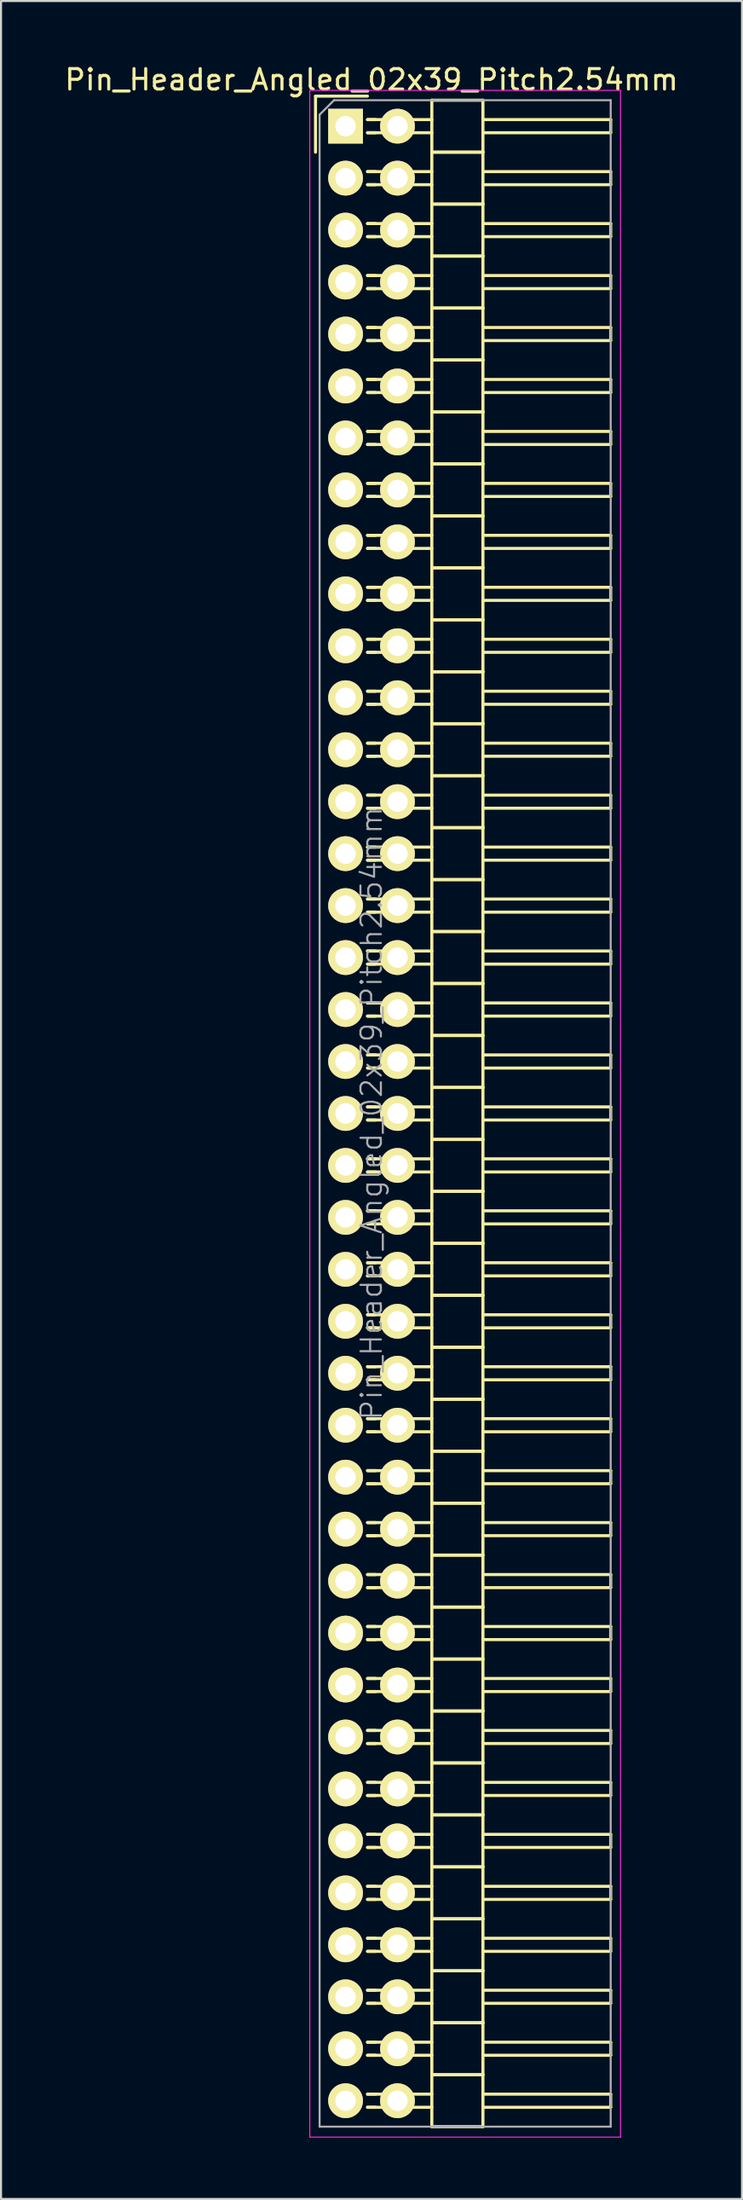
<source format=kicad_pcb>
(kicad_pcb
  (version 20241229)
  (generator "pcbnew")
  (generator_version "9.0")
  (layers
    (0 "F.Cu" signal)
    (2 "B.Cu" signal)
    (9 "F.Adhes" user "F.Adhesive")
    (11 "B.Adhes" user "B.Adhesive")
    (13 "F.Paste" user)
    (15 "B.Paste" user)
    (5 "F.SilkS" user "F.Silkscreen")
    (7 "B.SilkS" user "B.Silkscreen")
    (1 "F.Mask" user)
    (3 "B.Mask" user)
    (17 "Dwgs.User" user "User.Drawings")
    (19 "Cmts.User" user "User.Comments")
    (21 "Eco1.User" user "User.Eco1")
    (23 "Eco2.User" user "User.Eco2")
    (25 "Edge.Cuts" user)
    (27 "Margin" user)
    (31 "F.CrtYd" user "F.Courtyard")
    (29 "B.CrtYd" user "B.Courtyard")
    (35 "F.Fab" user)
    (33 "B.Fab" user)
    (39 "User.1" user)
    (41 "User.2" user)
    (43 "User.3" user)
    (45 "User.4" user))
  (footprint "Pin_Header_Angled_02x39_Pitch2.54mm"
    (layer "F.Cu")
    (at 13.855 3.118)
    (property "Reference" "Pin_Header_Angled_02x39_Pitch2.54mm" (at 1.27 -2.27 0) (layer "F.SilkS") (effects (font (size 1 1) (thickness 0.15))))
    (attr smd)
    (fp_line (start -1.47 -1.47) (end -1.47 1.27) (stroke (width 0.15) (type solid)) (layer "F.SilkS"))
    (fp_line (start -1.47 -1.47) (end 1.07 -1.47) (stroke (width 0.15) (type solid)) (layer "F.SilkS"))
    (fp_line (start 1.465 -0.32) (end 1.075 -0.32) (stroke (width 0.15) (type solid)) (layer "F.SilkS"))
    (fp_line (start 1.465 0.32) (end 1.075 0.32) (stroke (width 0.15) (type solid)) (layer "F.SilkS"))
    (fp_line (start 1.465 2.22) (end 1.075 2.22) (stroke (width 0.15) (type solid)) (layer "F.SilkS"))
    (fp_line (start 1.465 2.86) (end 1.075 2.86) (stroke (width 0.15) (type solid)) (layer "F.SilkS"))
    (fp_line (start 1.465 4.76) (end 1.075 4.76) (stroke (width 0.15) (type solid)) (layer "F.SilkS"))
    (fp_line (start 1.465 5.4) (end 1.075 5.4) (stroke (width 0.15) (type solid)) (layer "F.SilkS"))
    (fp_line (start 1.465 7.3) (end 1.075 7.3) (stroke (width 0.15) (type solid)) (layer "F.SilkS"))
    (fp_line (start 1.465 7.94) (end 1.075 7.94) (stroke (width 0.15) (type solid)) (layer "F.SilkS"))
    (fp_line (start 1.465 9.84) (end 1.075 9.84) (stroke (width 0.15) (type solid)) (layer "F.SilkS"))
    (fp_line (start 1.465 10.48) (end 1.075 10.48) (stroke (width 0.15) (type solid)) (layer "F.SilkS"))
    (fp_line (start 1.465 12.38) (end 1.075 12.38) (stroke (width 0.15) (type solid)) (layer "F.SilkS"))
    (fp_line (start 1.465 13.02) (end 1.075 13.02) (stroke (width 0.15) (type solid)) (layer "F.SilkS"))
    (fp_line (start 1.465 14.92) (end 1.075 14.92) (stroke (width 0.15) (type solid)) (layer "F.SilkS"))
    (fp_line (start 1.465 15.56) (end 1.075 15.56) (stroke (width 0.15) (type solid)) (layer "F.SilkS"))
    (fp_line (start 1.465 17.46) (end 1.075 17.46) (stroke (width 0.15) (type solid)) (layer "F.SilkS"))
    (fp_line (start 1.465 18.1) (end 1.075 18.1) (stroke (width 0.15) (type solid)) (layer "F.SilkS"))
    (fp_line (start 1.465 20) (end 1.075 20) (stroke (width 0.15) (type solid)) (layer "F.SilkS"))
    (fp_line (start 1.465 20.64) (end 1.075 20.64) (stroke (width 0.15) (type solid)) (layer "F.SilkS"))
    (fp_line (start 1.465 22.54) (end 1.075 22.54) (stroke (width 0.15) (type solid)) (layer "F.SilkS"))
    (fp_line (start 1.465 23.18) (end 1.075 23.18) (stroke (width 0.15) (type solid)) (layer "F.SilkS"))
    (fp_line (start 1.465 25.08) (end 1.075 25.08) (stroke (width 0.15) (type solid)) (layer "F.SilkS"))
    (fp_line (start 1.465 25.72) (end 1.075 25.72) (stroke (width 0.15) (type solid)) (layer "F.SilkS"))
    (fp_line (start 1.465 27.62) (end 1.075 27.62) (stroke (width 0.15) (type solid)) (layer "F.SilkS"))
    (fp_line (start 1.465 28.26) (end 1.075 28.26) (stroke (width 0.15) (type solid)) (layer "F.SilkS"))
    (fp_line (start 1.465 30.16) (end 1.075 30.16) (stroke (width 0.15) (type solid)) (layer "F.SilkS"))
    (fp_line (start 1.465 30.8) (end 1.075 30.8) (stroke (width 0.15) (type solid)) (layer "F.SilkS"))
    (fp_line (start 1.465 32.7) (end 1.075 32.7) (stroke (width 0.15) (type solid)) (layer "F.SilkS"))
    (fp_line (start 1.465 33.34) (end 1.075 33.34) (stroke (width 0.15) (type solid)) (layer "F.SilkS"))
    (fp_line (start 1.465 35.24) (end 1.075 35.24) (stroke (width 0.15) (type solid)) (layer "F.SilkS"))
    (fp_line (start 1.465 35.88) (end 1.075 35.88) (stroke (width 0.15) (type solid)) (layer "F.SilkS"))
    (fp_line (start 1.465 37.78) (end 1.075 37.78) (stroke (width 0.15) (type solid)) (layer "F.SilkS"))
    (fp_line (start 1.465 38.42) (end 1.075 38.42) (stroke (width 0.15) (type solid)) (layer "F.SilkS"))
    (fp_line (start 1.465 40.32) (end 1.075 40.32) (stroke (width 0.15) (type solid)) (layer "F.SilkS"))
    (fp_line (start 1.465 40.96) (end 1.075 40.96) (stroke (width 0.15) (type solid)) (layer "F.SilkS"))
    (fp_line (start 1.465 42.86) (end 1.075 42.86) (stroke (width 0.15) (type solid)) (layer "F.SilkS"))
    (fp_line (start 1.465 43.5) (end 1.075 43.5) (stroke (width 0.15) (type solid)) (layer "F.SilkS"))
    (fp_line (start 1.465 45.4) (end 1.075 45.4) (stroke (width 0.15) (type solid)) (layer "F.SilkS"))
    (fp_line (start 1.465 46.04) (end 1.075 46.04) (stroke (width 0.15) (type solid)) (layer "F.SilkS"))
    (fp_line (start 1.465 47.94) (end 1.075 47.94) (stroke (width 0.15) (type solid)) (layer "F.SilkS"))
    (fp_line (start 1.465 48.58) (end 1.075 48.58) (stroke (width 0.15) (type solid)) (layer "F.SilkS"))
    (fp_line (start 1.465 50.48) (end 1.075 50.48) (stroke (width 0.15) (type solid)) (layer "F.SilkS"))
    (fp_line (start 1.465 51.12) (end 1.075 51.12) (stroke (width 0.15) (type solid)) (layer "F.SilkS"))
    (fp_line (start 1.465 53.02) (end 1.075 53.02) (stroke (width 0.15) (type solid)) (layer "F.SilkS"))
    (fp_line (start 1.465 53.66) (end 1.075 53.66) (stroke (width 0.15) (type solid)) (layer "F.SilkS"))
    (fp_line (start 1.465 55.56) (end 1.075 55.56) (stroke (width 0.15) (type solid)) (layer "F.SilkS"))
    (fp_line (start 1.465 56.2) (end 1.075 56.2) (stroke (width 0.15) (type solid)) (layer "F.SilkS"))
    (fp_line (start 1.465 58.1) (end 1.075 58.1) (stroke (width 0.15) (type solid)) (layer "F.SilkS"))
    (fp_line (start 1.465 58.74) (end 1.075 58.74) (stroke (width 0.15) (type solid)) (layer "F.SilkS"))
    (fp_line (start 1.465 60.64) (end 1.075 60.64) (stroke (width 0.15) (type solid)) (layer "F.SilkS"))
    (fp_line (start 1.465 61.28) (end 1.075 61.28) (stroke (width 0.15) (type solid)) (layer "F.SilkS"))
    (fp_line (start 1.465 63.18) (end 1.075 63.18) (stroke (width 0.15) (type solid)) (layer "F.SilkS"))
    (fp_line (start 1.465 63.82) (end 1.075 63.82) (stroke (width 0.15) (type solid)) (layer "F.SilkS"))
    (fp_line (start 1.465 65.72) (end 1.075 65.72) (stroke (width 0.15) (type solid)) (layer "F.SilkS"))
    (fp_line (start 1.465 66.36) (end 1.075 66.36) (stroke (width 0.15) (type solid)) (layer "F.SilkS"))
    (fp_line (start 1.465 68.26) (end 1.075 68.26) (stroke (width 0.15) (type solid)) (layer "F.SilkS"))
    (fp_line (start 1.465 68.9) (end 1.075 68.9) (stroke (width 0.15) (type solid)) (layer "F.SilkS"))
    (fp_line (start 1.465 70.8) (end 1.075 70.8) (stroke (width 0.15) (type solid)) (layer "F.SilkS"))
    (fp_line (start 1.465 71.44) (end 1.075 71.44) (stroke (width 0.15) (type solid)) (layer "F.SilkS"))
    (fp_line (start 1.465 73.34) (end 1.075 73.34) (stroke (width 0.15) (type solid)) (layer "F.SilkS"))
    (fp_line (start 1.465 73.98) (end 1.075 73.98) (stroke (width 0.15) (type solid)) (layer "F.SilkS"))
    (fp_line (start 1.465 75.88) (end 1.075 75.88) (stroke (width 0.15) (type solid)) (layer "F.SilkS"))
    (fp_line (start 1.465 76.52) (end 1.075 76.52) (stroke (width 0.15) (type solid)) (layer "F.SilkS"))
    (fp_line (start 1.465 78.42) (end 1.075 78.42) (stroke (width 0.15) (type solid)) (layer "F.SilkS"))
    (fp_line (start 1.465 79.06) (end 1.075 79.06) (stroke (width 0.15) (type solid)) (layer "F.SilkS"))
    (fp_line (start 1.465 80.96) (end 1.075 80.96) (stroke (width 0.15) (type solid)) (layer "F.SilkS"))
    (fp_line (start 1.465 81.6) (end 1.075 81.6) (stroke (width 0.15) (type solid)) (layer "F.SilkS"))
    (fp_line (start 1.465 83.5) (end 1.075 83.5) (stroke (width 0.15) (type solid)) (layer "F.SilkS"))
    (fp_line (start 1.465 84.14) (end 1.075 84.14) (stroke (width 0.15) (type solid)) (layer "F.SilkS"))
    (fp_line (start 1.465 86.04) (end 1.075 86.04) (stroke (width 0.15) (type solid)) (layer "F.SilkS"))
    (fp_line (start 1.465 86.68) (end 1.075 86.68) (stroke (width 0.15) (type solid)) (layer "F.SilkS"))
    (fp_line (start 1.465 88.58) (end 1.075 88.58) (stroke (width 0.15) (type solid)) (layer "F.SilkS"))
    (fp_line (start 1.465 89.22) (end 1.075 89.22) (stroke (width 0.15) (type solid)) (layer "F.SilkS"))
    (fp_line (start 1.465 91.12) (end 1.075 91.12) (stroke (width 0.15) (type solid)) (layer "F.SilkS"))
    (fp_line (start 1.465 91.76) (end 1.075 91.76) (stroke (width 0.15) (type solid)) (layer "F.SilkS"))
    (fp_line (start 1.465 93.66) (end 1.075 93.66) (stroke (width 0.15) (type solid)) (layer "F.SilkS"))
    (fp_line (start 1.465 94.3) (end 1.075 94.3) (stroke (width 0.15) (type solid)) (layer "F.SilkS"))
    (fp_line (start 1.465 96.2) (end 1.075 96.2) (stroke (width 0.15) (type solid)) (layer "F.SilkS"))
    (fp_line (start 1.465 96.84) (end 1.075 96.84) (stroke (width 0.15) (type solid)) (layer "F.SilkS"))
    (fp_line (start 4.22 -0.32) (end 1.075 -0.32) (stroke (width 0.15) (type solid)) (layer "F.SilkS"))
    (fp_line (start 4.22 0.32) (end 1.075 0.32) (stroke (width 0.15) (type solid)) (layer "F.SilkS"))
    (fp_line (start 4.22 1.27) (end 4.22 -1.27) (stroke (width 0.15) (type solid)) (layer "F.SilkS"))
    (fp_line (start 4.22 2.22) (end 1.075 2.22) (stroke (width 0.15) (type solid)) (layer "F.SilkS"))
    (fp_line (start 4.22 2.86) (end 1.075 2.86) (stroke (width 0.15) (type solid)) (layer "F.SilkS"))
    (fp_line (start 4.22 3.81) (end 4.22 1.27) (stroke (width 0.15) (type solid)) (layer "F.SilkS"))
    (fp_line (start 4.22 4.76) (end 1.075 4.76) (stroke (width 0.15) (type solid)) (layer "F.SilkS"))
    (fp_line (start 4.22 5.4) (end 1.075 5.4) (stroke (width 0.15) (type solid)) (layer "F.SilkS"))
    (fp_line (start 4.22 6.35) (end 4.22 3.81) (stroke (width 0.15) (type solid)) (layer "F.SilkS"))
    (fp_line (start 4.22 7.3) (end 1.075 7.3) (stroke (width 0.15) (type solid)) (layer "F.SilkS"))
    (fp_line (start 4.22 7.94) (end 1.075 7.94) (stroke (width 0.15) (type solid)) (layer "F.SilkS"))
    (fp_line (start 4.22 8.89) (end 4.22 6.35) (stroke (width 0.15) (type solid)) (layer "F.SilkS"))
    (fp_line (start 4.22 9.84) (end 1.075 9.84) (stroke (width 0.15) (type solid)) (layer "F.SilkS"))
    (fp_line (start 4.22 10.48) (end 1.075 10.48) (stroke (width 0.15) (type solid)) (layer "F.SilkS"))
    (fp_line (start 4.22 11.43) (end 4.22 8.89) (stroke (width 0.15) (type solid)) (layer "F.SilkS"))
    (fp_line (start 4.22 12.38) (end 1.075 12.38) (stroke (width 0.15) (type solid)) (layer "F.SilkS"))
    (fp_line (start 4.22 13.02) (end 1.075 13.02) (stroke (width 0.15) (type solid)) (layer "F.SilkS"))
    (fp_line (start 4.22 13.97) (end 4.22 11.43) (stroke (width 0.15) (type solid)) (layer "F.SilkS"))
    (fp_line (start 4.22 14.92) (end 1.075 14.92) (stroke (width 0.15) (type solid)) (layer "F.SilkS"))
    (fp_line (start 4.22 15.56) (end 1.075 15.56) (stroke (width 0.15) (type solid)) (layer "F.SilkS"))
    (fp_line (start 4.22 16.51) (end 4.22 13.97) (stroke (width 0.15) (type solid)) (layer "F.SilkS"))
    (fp_line (start 4.22 17.46) (end 1.075 17.46) (stroke (width 0.15) (type solid)) (layer "F.SilkS"))
    (fp_line (start 4.22 18.1) (end 1.075 18.1) (stroke (width 0.15) (type solid)) (layer "F.SilkS"))
    (fp_line (start 4.22 19.05) (end 4.22 16.51) (stroke (width 0.15) (type solid)) (layer "F.SilkS"))
    (fp_line (start 4.22 20) (end 1.075 20) (stroke (width 0.15) (type solid)) (layer "F.SilkS"))
    (fp_line (start 4.22 20.64) (end 1.075 20.64) (stroke (width 0.15) (type solid)) (layer "F.SilkS"))
    (fp_line (start 4.22 21.59) (end 4.22 19.05) (stroke (width 0.15) (type solid)) (layer "F.SilkS"))
    (fp_line (start 4.22 22.54) (end 1.075 22.54) (stroke (width 0.15) (type solid)) (layer "F.SilkS"))
    (fp_line (start 4.22 23.18) (end 1.075 23.18) (stroke (width 0.15) (type solid)) (layer "F.SilkS"))
    (fp_line (start 4.22 24.13) (end 4.22 21.59) (stroke (width 0.15) (type solid)) (layer "F.SilkS"))
    (fp_line (start 4.22 25.08) (end 1.075 25.08) (stroke (width 0.15) (type solid)) (layer "F.SilkS"))
    (fp_line (start 4.22 25.72) (end 1.075 25.72) (stroke (width 0.15) (type solid)) (layer "F.SilkS"))
    (fp_line (start 4.22 26.67) (end 4.22 24.13) (stroke (width 0.15) (type solid)) (layer "F.SilkS"))
    (fp_line (start 4.22 27.62) (end 1.075 27.62) (stroke (width 0.15) (type solid)) (layer "F.SilkS"))
    (fp_line (start 4.22 28.26) (end 1.075 28.26) (stroke (width 0.15) (type solid)) (layer "F.SilkS"))
    (fp_line (start 4.22 29.21) (end 4.22 26.67) (stroke (width 0.15) (type solid)) (layer "F.SilkS"))
    (fp_line (start 4.22 30.16) (end 1.075 30.16) (stroke (width 0.15) (type solid)) (layer "F.SilkS"))
    (fp_line (start 4.22 30.8) (end 1.075 30.8) (stroke (width 0.15) (type solid)) (layer "F.SilkS"))
    (fp_line (start 4.22 31.75) (end 4.22 29.21) (stroke (width 0.15) (type solid)) (layer "F.SilkS"))
    (fp_line (start 4.22 32.7) (end 1.075 32.7) (stroke (width 0.15) (type solid)) (layer "F.SilkS"))
    (fp_line (start 4.22 33.34) (end 1.075 33.34) (stroke (width 0.15) (type solid)) (layer "F.SilkS"))
    (fp_line (start 4.22 34.29) (end 4.22 31.75) (stroke (width 0.15) (type solid)) (layer "F.SilkS"))
    (fp_line (start 4.22 35.24) (end 1.075 35.24) (stroke (width 0.15) (type solid)) (layer "F.SilkS"))
    (fp_line (start 4.22 35.88) (end 1.075 35.88) (stroke (width 0.15) (type solid)) (layer "F.SilkS"))
    (fp_line (start 4.22 36.83) (end 4.22 34.29) (stroke (width 0.15) (type solid)) (layer "F.SilkS"))
    (fp_line (start 4.22 37.78) (end 1.075 37.78) (stroke (width 0.15) (type solid)) (layer "F.SilkS"))
    (fp_line (start 4.22 38.42) (end 1.075 38.42) (stroke (width 0.15) (type solid)) (layer "F.SilkS"))
    (fp_line (start 4.22 39.37) (end 4.22 36.83) (stroke (width 0.15) (type solid)) (layer "F.SilkS"))
    (fp_line (start 4.22 40.32) (end 1.075 40.32) (stroke (width 0.15) (type solid)) (layer "F.SilkS"))
    (fp_line (start 4.22 40.96) (end 1.075 40.96) (stroke (width 0.15) (type solid)) (layer "F.SilkS"))
    (fp_line (start 4.22 41.91) (end 4.22 39.37) (stroke (width 0.15) (type solid)) (layer "F.SilkS"))
    (fp_line (start 4.22 42.86) (end 1.075 42.86) (stroke (width 0.15) (type solid)) (layer "F.SilkS"))
    (fp_line (start 4.22 43.5) (end 1.075 43.5) (stroke (width 0.15) (type solid)) (layer "F.SilkS"))
    (fp_line (start 4.22 44.45) (end 4.22 41.91) (stroke (width 0.15) (type solid)) (layer "F.SilkS"))
    (fp_line (start 4.22 45.4) (end 1.075 45.4) (stroke (width 0.15) (type solid)) (layer "F.SilkS"))
    (fp_line (start 4.22 46.04) (end 1.075 46.04) (stroke (width 0.15) (type solid)) (layer "F.SilkS"))
    (fp_line (start 4.22 46.99) (end 4.22 44.45) (stroke (width 0.15) (type solid)) (layer "F.SilkS"))
    (fp_line (start 4.22 47.94) (end 1.075 47.94) (stroke (width 0.15) (type solid)) (layer "F.SilkS"))
    (fp_line (start 4.22 48.58) (end 1.075 48.58) (stroke (width 0.15) (type solid)) (layer "F.SilkS"))
    (fp_line (start 4.22 49.53) (end 4.22 46.99) (stroke (width 0.15) (type solid)) (layer "F.SilkS"))
    (fp_line (start 4.22 50.48) (end 1.075 50.48) (stroke (width 0.15) (type solid)) (layer "F.SilkS"))
    (fp_line (start 4.22 51.12) (end 1.075 51.12) (stroke (width 0.15) (type solid)) (layer "F.SilkS"))
    (fp_line (start 4.22 52.07) (end 4.22 49.53) (stroke (width 0.15) (type solid)) (layer "F.SilkS"))
    (fp_line (start 4.22 53.02) (end 1.075 53.02) (stroke (width 0.15) (type solid)) (layer "F.SilkS"))
    (fp_line (start 4.22 53.66) (end 1.075 53.66) (stroke (width 0.15) (type solid)) (layer "F.SilkS"))
    (fp_line (start 4.22 54.61) (end 4.22 52.07) (stroke (width 0.15) (type solid)) (layer "F.SilkS"))
    (fp_line (start 4.22 55.56) (end 1.075 55.56) (stroke (width 0.15) (type solid)) (layer "F.SilkS"))
    (fp_line (start 4.22 56.2) (end 1.075 56.2) (stroke (width 0.15) (type solid)) (layer "F.SilkS"))
    (fp_line (start 4.22 57.15) (end 4.22 54.61) (stroke (width 0.15) (type solid)) (layer "F.SilkS"))
    (fp_line (start 4.22 58.1) (end 1.075 58.1) (stroke (width 0.15) (type solid)) (layer "F.SilkS"))
    (fp_line (start 4.22 58.74) (end 1.075 58.74) (stroke (width 0.15) (type solid)) (layer "F.SilkS"))
    (fp_line (start 4.22 59.69) (end 4.22 57.15) (stroke (width 0.15) (type solid)) (layer "F.SilkS"))
    (fp_line (start 4.22 60.64) (end 1.075 60.64) (stroke (width 0.15) (type solid)) (layer "F.SilkS"))
    (fp_line (start 4.22 61.28) (end 1.075 61.28) (stroke (width 0.15) (type solid)) (layer "F.SilkS"))
    (fp_line (start 4.22 62.23) (end 4.22 59.69) (stroke (width 0.15) (type solid)) (layer "F.SilkS"))
    (fp_line (start 4.22 63.18) (end 1.075 63.18) (stroke (width 0.15) (type solid)) (layer "F.SilkS"))
    (fp_line (start 4.22 63.82) (end 1.075 63.82) (stroke (width 0.15) (type solid)) (layer "F.SilkS"))
    (fp_line (start 4.22 64.77) (end 4.22 62.23) (stroke (width 0.15) (type solid)) (layer "F.SilkS"))
    (fp_line (start 4.22 65.72) (end 1.075 65.72) (stroke (width 0.15) (type solid)) (layer "F.SilkS"))
    (fp_line (start 4.22 66.36) (end 1.075 66.36) (stroke (width 0.15) (type solid)) (layer "F.SilkS"))
    (fp_line (start 4.22 67.31) (end 4.22 64.77) (stroke (width 0.15) (type solid)) (layer "F.SilkS"))
    (fp_line (start 4.22 68.26) (end 1.075 68.26) (stroke (width 0.15) (type solid)) (layer "F.SilkS"))
    (fp_line (start 4.22 68.9) (end 1.075 68.9) (stroke (width 0.15) (type solid)) (layer "F.SilkS"))
    (fp_line (start 4.22 69.85) (end 4.22 67.31) (stroke (width 0.15) (type solid)) (layer "F.SilkS"))
    (fp_line (start 4.22 70.8) (end 1.075 70.8) (stroke (width 0.15) (type solid)) (layer "F.SilkS"))
    (fp_line (start 4.22 71.44) (end 1.075 71.44) (stroke (width 0.15) (type solid)) (layer "F.SilkS"))
    (fp_line (start 4.22 72.39) (end 4.22 69.85) (stroke (width 0.15) (type solid)) (layer "F.SilkS"))
    (fp_line (start 4.22 73.34) (end 1.075 73.34) (stroke (width 0.15) (type solid)) (layer "F.SilkS"))
    (fp_line (start 4.22 73.98) (end 1.075 73.98) (stroke (width 0.15) (type solid)) (layer "F.SilkS"))
    (fp_line (start 4.22 74.93) (end 4.22 72.39) (stroke (width 0.15) (type solid)) (layer "F.SilkS"))
    (fp_line (start 4.22 75.88) (end 1.075 75.88) (stroke (width 0.15) (type solid)) (layer "F.SilkS"))
    (fp_line (start 4.22 76.52) (end 1.075 76.52) (stroke (width 0.15) (type solid)) (layer "F.SilkS"))
    (fp_line (start 4.22 77.47) (end 4.22 74.93) (stroke (width 0.15) (type solid)) (layer "F.SilkS"))
    (fp_line (start 4.22 78.42) (end 1.075 78.42) (stroke (width 0.15) (type solid)) (layer "F.SilkS"))
    (fp_line (start 4.22 79.06) (end 1.075 79.06) (stroke (width 0.15) (type solid)) (layer "F.SilkS"))
    (fp_line (start 4.22 80.01) (end 4.22 77.47) (stroke (width 0.15) (type solid)) (layer "F.SilkS"))
    (fp_line (start 4.22 80.96) (end 1.075 80.96) (stroke (width 0.15) (type solid)) (layer "F.SilkS"))
    (fp_line (start 4.22 81.6) (end 1.075 81.6) (stroke (width 0.15) (type solid)) (layer "F.SilkS"))
    (fp_line (start 4.22 82.55) (end 4.22 80.01) (stroke (width 0.15) (type solid)) (layer "F.SilkS"))
    (fp_line (start 4.22 83.5) (end 1.075 83.5) (stroke (width 0.15) (type solid)) (layer "F.SilkS"))
    (fp_line (start 4.22 84.14) (end 1.075 84.14) (stroke (width 0.15) (type solid)) (layer "F.SilkS"))
    (fp_line (start 4.22 85.09) (end 4.22 82.55) (stroke (width 0.15) (type solid)) (layer "F.SilkS"))
    (fp_line (start 4.22 86.04) (end 1.075 86.04) (stroke (width 0.15) (type solid)) (layer "F.SilkS"))
    (fp_line (start 4.22 86.68) (end 1.075 86.68) (stroke (width 0.15) (type solid)) (layer "F.SilkS"))
    (fp_line (start 4.22 87.63) (end 4.22 85.09) (stroke (width 0.15) (type solid)) (layer "F.SilkS"))
    (fp_line (start 4.22 88.58) (end 1.075 88.58) (stroke (width 0.15) (type solid)) (layer "F.SilkS"))
    (fp_line (start 4.22 89.22) (end 1.075 89.22) (stroke (width 0.15) (type solid)) (layer "F.SilkS"))
    (fp_line (start 4.22 90.17) (end 4.22 87.63) (stroke (width 0.15) (type solid)) (layer "F.SilkS"))
    (fp_line (start 4.22 91.12) (end 1.075 91.12) (stroke (width 0.15) (type solid)) (layer "F.SilkS"))
    (fp_line (start 4.22 91.76) (end 1.075 91.76) (stroke (width 0.15) (type solid)) (layer "F.SilkS"))
    (fp_line (start 4.22 92.71) (end 4.22 90.17) (stroke (width 0.15) (type solid)) (layer "F.SilkS"))
    (fp_line (start 4.22 93.66) (end 1.075 93.66) (stroke (width 0.15) (type solid)) (layer "F.SilkS"))
    (fp_line (start 4.22 94.3) (end 1.075 94.3) (stroke (width 0.15) (type solid)) (layer "F.SilkS"))
    (fp_line (start 4.22 95.25) (end 4.22 92.71) (stroke (width 0.15) (type solid)) (layer "F.SilkS"))
    (fp_line (start 4.22 96.2) (end 1.075 96.2) (stroke (width 0.15) (type solid)) (layer "F.SilkS"))
    (fp_line (start 4.22 96.84) (end 1.075 96.84) (stroke (width 0.15) (type solid)) (layer "F.SilkS"))
    (fp_line (start 4.22 97.79) (end 4.22 95.25) (stroke (width 0.15) (type solid)) (layer "F.SilkS"))
    (fp_line (start 6.72 -1.27) (end 4.22 -1.27) (stroke (width 0.15) (type solid)) (layer "F.SilkS"))
    (fp_line (start 6.72 -0.32) (end 12.97 -0.32) (stroke (width 0.15) (type solid)) (layer "F.SilkS"))
    (fp_line (start 6.72 0.32) (end 12.97 0.32) (stroke (width 0.15) (type solid)) (layer "F.SilkS"))
    (fp_line (start 6.72 1.27) (end 4.22 1.27) (stroke (width 0.15) (type solid)) (layer "F.SilkS"))
    (fp_line (start 6.72 1.27) (end 4.22 1.27) (stroke (width 0.15) (type solid)) (layer "F.SilkS"))
    (fp_line (start 6.72 1.27) (end 6.72 -1.27) (stroke (width 0.15) (type solid)) (layer "F.SilkS"))
    (fp_line (start 6.72 2.22) (end 12.97 2.22) (stroke (width 0.15) (type solid)) (layer "F.SilkS"))
    (fp_line (start 6.72 2.86) (end 12.97 2.86) (stroke (width 0.15) (type solid)) (layer "F.SilkS"))
    (fp_line (start 6.72 3.81) (end 4.22 3.81) (stroke (width 0.15) (type solid)) (layer "F.SilkS"))
    (fp_line (start 6.72 3.81) (end 4.22 3.81) (stroke (width 0.15) (type solid)) (layer "F.SilkS"))
    (fp_line (start 6.72 3.81) (end 6.72 1.27) (stroke (width 0.15) (type solid)) (layer "F.SilkS"))
    (fp_line (start 6.72 4.76) (end 12.97 4.76) (stroke (width 0.15) (type solid)) (layer "F.SilkS"))
    (fp_line (start 6.72 5.4) (end 12.97 5.4) (stroke (width 0.15) (type solid)) (layer "F.SilkS"))
    (fp_line (start 6.72 6.35) (end 4.22 6.35) (stroke (width 0.15) (type solid)) (layer "F.SilkS"))
    (fp_line (start 6.72 6.35) (end 4.22 6.35) (stroke (width 0.15) (type solid)) (layer "F.SilkS"))
    (fp_line (start 6.72 6.35) (end 6.72 3.81) (stroke (width 0.15) (type solid)) (layer "F.SilkS"))
    (fp_line (start 6.72 7.3) (end 12.97 7.3) (stroke (width 0.15) (type solid)) (layer "F.SilkS"))
    (fp_line (start 6.72 7.94) (end 12.97 7.94) (stroke (width 0.15) (type solid)) (layer "F.SilkS"))
    (fp_line (start 6.72 8.89) (end 4.22 8.89) (stroke (width 0.15) (type solid)) (layer "F.SilkS"))
    (fp_line (start 6.72 8.89) (end 4.22 8.89) (stroke (width 0.15) (type solid)) (layer "F.SilkS"))
    (fp_line (start 6.72 8.89) (end 6.72 6.35) (stroke (width 0.15) (type solid)) (layer "F.SilkS"))
    (fp_line (start 6.72 9.84) (end 12.97 9.84) (stroke (width 0.15) (type solid)) (layer "F.SilkS"))
    (fp_line (start 6.72 10.48) (end 12.97 10.48) (stroke (width 0.15) (type solid)) (layer "F.SilkS"))
    (fp_line (start 6.72 11.43) (end 4.22 11.43) (stroke (width 0.15) (type solid)) (layer "F.SilkS"))
    (fp_line (start 6.72 11.43) (end 4.22 11.43) (stroke (width 0.15) (type solid)) (layer "F.SilkS"))
    (fp_line (start 6.72 11.43) (end 6.72 8.89) (stroke (width 0.15) (type solid)) (layer "F.SilkS"))
    (fp_line (start 6.72 12.38) (end 12.97 12.38) (stroke (width 0.15) (type solid)) (layer "F.SilkS"))
    (fp_line (start 6.72 13.02) (end 12.97 13.02) (stroke (width 0.15) (type solid)) (layer "F.SilkS"))
    (fp_line (start 6.72 13.97) (end 4.22 13.97) (stroke (width 0.15) (type solid)) (layer "F.SilkS"))
    (fp_line (start 6.72 13.97) (end 4.22 13.97) (stroke (width 0.15) (type solid)) (layer "F.SilkS"))
    (fp_line (start 6.72 13.97) (end 6.72 11.43) (stroke (width 0.15) (type solid)) (layer "F.SilkS"))
    (fp_line (start 6.72 14.92) (end 12.97 14.92) (stroke (width 0.15) (type solid)) (layer "F.SilkS"))
    (fp_line (start 6.72 15.56) (end 12.97 15.56) (stroke (width 0.15) (type solid)) (layer "F.SilkS"))
    (fp_line (start 6.72 16.51) (end 4.22 16.51) (stroke (width 0.15) (type solid)) (layer "F.SilkS"))
    (fp_line (start 6.72 16.51) (end 4.22 16.51) (stroke (width 0.15) (type solid)) (layer "F.SilkS"))
    (fp_line (start 6.72 16.51) (end 6.72 13.97) (stroke (width 0.15) (type solid)) (layer "F.SilkS"))
    (fp_line (start 6.72 17.46) (end 12.97 17.46) (stroke (width 0.15) (type solid)) (layer "F.SilkS"))
    (fp_line (start 6.72 18.1) (end 12.97 18.1) (stroke (width 0.15) (type solid)) (layer "F.SilkS"))
    (fp_line (start 6.72 19.05) (end 4.22 19.05) (stroke (width 0.15) (type solid)) (layer "F.SilkS"))
    (fp_line (start 6.72 19.05) (end 4.22 19.05) (stroke (width 0.15) (type solid)) (layer "F.SilkS"))
    (fp_line (start 6.72 19.05) (end 6.72 16.51) (stroke (width 0.15) (type solid)) (layer "F.SilkS"))
    (fp_line (start 6.72 20) (end 12.97 20) (stroke (width 0.15) (type solid)) (layer "F.SilkS"))
    (fp_line (start 6.72 20.64) (end 12.97 20.64) (stroke (width 0.15) (type solid)) (layer "F.SilkS"))
    (fp_line (start 6.72 21.59) (end 4.22 21.59) (stroke (width 0.15) (type solid)) (layer "F.SilkS"))
    (fp_line (start 6.72 21.59) (end 4.22 21.59) (stroke (width 0.15) (type solid)) (layer "F.SilkS"))
    (fp_line (start 6.72 21.59) (end 6.72 19.05) (stroke (width 0.15) (type solid)) (layer "F.SilkS"))
    (fp_line (start 6.72 22.54) (end 12.97 22.54) (stroke (width 0.15) (type solid)) (layer "F.SilkS"))
    (fp_line (start 6.72 23.18) (end 12.97 23.18) (stroke (width 0.15) (type solid)) (layer "F.SilkS"))
    (fp_line (start 6.72 24.13) (end 4.22 24.13) (stroke (width 0.15) (type solid)) (layer "F.SilkS"))
    (fp_line (start 6.72 24.13) (end 4.22 24.13) (stroke (width 0.15) (type solid)) (layer "F.SilkS"))
    (fp_line (start 6.72 24.13) (end 6.72 21.59) (stroke (width 0.15) (type solid)) (layer "F.SilkS"))
    (fp_line (start 6.72 25.08) (end 12.97 25.08) (stroke (width 0.15) (type solid)) (layer "F.SilkS"))
    (fp_line (start 6.72 25.72) (end 12.97 25.72) (stroke (width 0.15) (type solid)) (layer "F.SilkS"))
    (fp_line (start 6.72 26.67) (end 4.22 26.67) (stroke (width 0.15) (type solid)) (layer "F.SilkS"))
    (fp_line (start 6.72 26.67) (end 4.22 26.67) (stroke (width 0.15) (type solid)) (layer "F.SilkS"))
    (fp_line (start 6.72 26.67) (end 6.72 24.13) (stroke (width 0.15) (type solid)) (layer "F.SilkS"))
    (fp_line (start 6.72 27.62) (end 12.97 27.62) (stroke (width 0.15) (type solid)) (layer "F.SilkS"))
    (fp_line (start 6.72 28.26) (end 12.97 28.26) (stroke (width 0.15) (type solid)) (layer "F.SilkS"))
    (fp_line (start 6.72 29.21) (end 4.22 29.21) (stroke (width 0.15) (type solid)) (layer "F.SilkS"))
    (fp_line (start 6.72 29.21) (end 4.22 29.21) (stroke (width 0.15) (type solid)) (layer "F.SilkS"))
    (fp_line (start 6.72 29.21) (end 6.72 26.67) (stroke (width 0.15) (type solid)) (layer "F.SilkS"))
    (fp_line (start 6.72 30.16) (end 12.97 30.16) (stroke (width 0.15) (type solid)) (layer "F.SilkS"))
    (fp_line (start 6.72 30.8) (end 12.97 30.8) (stroke (width 0.15) (type solid)) (layer "F.SilkS"))
    (fp_line (start 6.72 31.75) (end 4.22 31.75) (stroke (width 0.15) (type solid)) (layer "F.SilkS"))
    (fp_line (start 6.72 31.75) (end 4.22 31.75) (stroke (width 0.15) (type solid)) (layer "F.SilkS"))
    (fp_line (start 6.72 31.75) (end 6.72 29.21) (stroke (width 0.15) (type solid)) (layer "F.SilkS"))
    (fp_line (start 6.72 32.7) (end 12.97 32.7) (stroke (width 0.15) (type solid)) (layer "F.SilkS"))
    (fp_line (start 6.72 33.34) (end 12.97 33.34) (stroke (width 0.15) (type solid)) (layer "F.SilkS"))
    (fp_line (start 6.72 34.29) (end 4.22 34.29) (stroke (width 0.15) (type solid)) (layer "F.SilkS"))
    (fp_line (start 6.72 34.29) (end 4.22 34.29) (stroke (width 0.15) (type solid)) (layer "F.SilkS"))
    (fp_line (start 6.72 34.29) (end 6.72 31.75) (stroke (width 0.15) (type solid)) (layer "F.SilkS"))
    (fp_line (start 6.72 35.24) (end 12.97 35.24) (stroke (width 0.15) (type solid)) (layer "F.SilkS"))
    (fp_line (start 6.72 35.88) (end 12.97 35.88) (stroke (width 0.15) (type solid)) (layer "F.SilkS"))
    (fp_line (start 6.72 36.83) (end 4.22 36.83) (stroke (width 0.15) (type solid)) (layer "F.SilkS"))
    (fp_line (start 6.72 36.83) (end 4.22 36.83) (stroke (width 0.15) (type solid)) (layer "F.SilkS"))
    (fp_line (start 6.72 36.83) (end 6.72 34.29) (stroke (width 0.15) (type solid)) (layer "F.SilkS"))
    (fp_line (start 6.72 37.78) (end 12.97 37.78) (stroke (width 0.15) (type solid)) (layer "F.SilkS"))
    (fp_line (start 6.72 38.42) (end 12.97 38.42) (stroke (width 0.15) (type solid)) (layer "F.SilkS"))
    (fp_line (start 6.72 39.37) (end 4.22 39.37) (stroke (width 0.15) (type solid)) (layer "F.SilkS"))
    (fp_line (start 6.72 39.37) (end 4.22 39.37) (stroke (width 0.15) (type solid)) (layer "F.SilkS"))
    (fp_line (start 6.72 39.37) (end 6.72 36.83) (stroke (width 0.15) (type solid)) (layer "F.SilkS"))
    (fp_line (start 6.72 40.32) (end 12.97 40.32) (stroke (width 0.15) (type solid)) (layer "F.SilkS"))
    (fp_line (start 6.72 40.96) (end 12.97 40.96) (stroke (width 0.15) (type solid)) (layer "F.SilkS"))
    (fp_line (start 6.72 41.91) (end 4.22 41.91) (stroke (width 0.15) (type solid)) (layer "F.SilkS"))
    (fp_line (start 6.72 41.91) (end 4.22 41.91) (stroke (width 0.15) (type solid)) (layer "F.SilkS"))
    (fp_line (start 6.72 41.91) (end 6.72 39.37) (stroke (width 0.15) (type solid)) (layer "F.SilkS"))
    (fp_line (start 6.72 42.86) (end 12.97 42.86) (stroke (width 0.15) (type solid)) (layer "F.SilkS"))
    (fp_line (start 6.72 43.5) (end 12.97 43.5) (stroke (width 0.15) (type solid)) (layer "F.SilkS"))
    (fp_line (start 6.72 44.45) (end 4.22 44.45) (stroke (width 0.15) (type solid)) (layer "F.SilkS"))
    (fp_line (start 6.72 44.45) (end 4.22 44.45) (stroke (width 0.15) (type solid)) (layer "F.SilkS"))
    (fp_line (start 6.72 44.45) (end 6.72 41.91) (stroke (width 0.15) (type solid)) (layer "F.SilkS"))
    (fp_line (start 6.72 45.4) (end 12.97 45.4) (stroke (width 0.15) (type solid)) (layer "F.SilkS"))
    (fp_line (start 6.72 46.04) (end 12.97 46.04) (stroke (width 0.15) (type solid)) (layer "F.SilkS"))
    (fp_line (start 6.72 46.99) (end 4.22 46.99) (stroke (width 0.15) (type solid)) (layer "F.SilkS"))
    (fp_line (start 6.72 46.99) (end 4.22 46.99) (stroke (width 0.15) (type solid)) (layer "F.SilkS"))
    (fp_line (start 6.72 46.99) (end 6.72 44.45) (stroke (width 0.15) (type solid)) (layer "F.SilkS"))
    (fp_line (start 6.72 47.94) (end 12.97 47.94) (stroke (width 0.15) (type solid)) (layer "F.SilkS"))
    (fp_line (start 6.72 48.58) (end 12.97 48.58) (stroke (width 0.15) (type solid)) (layer "F.SilkS"))
    (fp_line (start 6.72 49.53) (end 4.22 49.53) (stroke (width 0.15) (type solid)) (layer "F.SilkS"))
    (fp_line (start 6.72 49.53) (end 4.22 49.53) (stroke (width 0.15) (type solid)) (layer "F.SilkS"))
    (fp_line (start 6.72 49.53) (end 6.72 46.99) (stroke (width 0.15) (type solid)) (layer "F.SilkS"))
    (fp_line (start 6.72 50.48) (end 12.97 50.48) (stroke (width 0.15) (type solid)) (layer "F.SilkS"))
    (fp_line (start 6.72 51.12) (end 12.97 51.12) (stroke (width 0.15) (type solid)) (layer "F.SilkS"))
    (fp_line (start 6.72 52.07) (end 4.22 52.07) (stroke (width 0.15) (type solid)) (layer "F.SilkS"))
    (fp_line (start 6.72 52.07) (end 4.22 52.07) (stroke (width 0.15) (type solid)) (layer "F.SilkS"))
    (fp_line (start 6.72 52.07) (end 6.72 49.53) (stroke (width 0.15) (type solid)) (layer "F.SilkS"))
    (fp_line (start 6.72 53.02) (end 12.97 53.02) (stroke (width 0.15) (type solid)) (layer "F.SilkS"))
    (fp_line (start 6.72 53.66) (end 12.97 53.66) (stroke (width 0.15) (type solid)) (layer "F.SilkS"))
    (fp_line (start 6.72 54.61) (end 4.22 54.61) (stroke (width 0.15) (type solid)) (layer "F.SilkS"))
    (fp_line (start 6.72 54.61) (end 4.22 54.61) (stroke (width 0.15) (type solid)) (layer "F.SilkS"))
    (fp_line (start 6.72 54.61) (end 6.72 52.07) (stroke (width 0.15) (type solid)) (layer "F.SilkS"))
    (fp_line (start 6.72 55.56) (end 12.97 55.56) (stroke (width 0.15) (type solid)) (layer "F.SilkS"))
    (fp_line (start 6.72 56.2) (end 12.97 56.2) (stroke (width 0.15) (type solid)) (layer "F.SilkS"))
    (fp_line (start 6.72 57.15) (end 4.22 57.15) (stroke (width 0.15) (type solid)) (layer "F.SilkS"))
    (fp_line (start 6.72 57.15) (end 4.22 57.15) (stroke (width 0.15) (type solid)) (layer "F.SilkS"))
    (fp_line (start 6.72 57.15) (end 6.72 54.61) (stroke (width 0.15) (type solid)) (layer "F.SilkS"))
    (fp_line (start 6.72 58.1) (end 12.97 58.1) (stroke (width 0.15) (type solid)) (layer "F.SilkS"))
    (fp_line (start 6.72 58.74) (end 12.97 58.74) (stroke (width 0.15) (type solid)) (layer "F.SilkS"))
    (fp_line (start 6.72 59.69) (end 4.22 59.69) (stroke (width 0.15) (type solid)) (layer "F.SilkS"))
    (fp_line (start 6.72 59.69) (end 4.22 59.69) (stroke (width 0.15) (type solid)) (layer "F.SilkS"))
    (fp_line (start 6.72 59.69) (end 6.72 57.15) (stroke (width 0.15) (type solid)) (layer "F.SilkS"))
    (fp_line (start 6.72 60.64) (end 12.97 60.64) (stroke (width 0.15) (type solid)) (layer "F.SilkS"))
    (fp_line (start 6.72 61.28) (end 12.97 61.28) (stroke (width 0.15) (type solid)) (layer "F.SilkS"))
    (fp_line (start 6.72 62.23) (end 4.22 62.23) (stroke (width 0.15) (type solid)) (layer "F.SilkS"))
    (fp_line (start 6.72 62.23) (end 4.22 62.23) (stroke (width 0.15) (type solid)) (layer "F.SilkS"))
    (fp_line (start 6.72 62.23) (end 6.72 59.69) (stroke (width 0.15) (type solid)) (layer "F.SilkS"))
    (fp_line (start 6.72 63.18) (end 12.97 63.18) (stroke (width 0.15) (type solid)) (layer "F.SilkS"))
    (fp_line (start 6.72 63.82) (end 12.97 63.82) (stroke (width 0.15) (type solid)) (layer "F.SilkS"))
    (fp_line (start 6.72 64.77) (end 4.22 64.77) (stroke (width 0.15) (type solid)) (layer "F.SilkS"))
    (fp_line (start 6.72 64.77) (end 4.22 64.77) (stroke (width 0.15) (type solid)) (layer "F.SilkS"))
    (fp_line (start 6.72 64.77) (end 6.72 62.23) (stroke (width 0.15) (type solid)) (layer "F.SilkS"))
    (fp_line (start 6.72 65.72) (end 12.97 65.72) (stroke (width 0.15) (type solid)) (layer "F.SilkS"))
    (fp_line (start 6.72 66.36) (end 12.97 66.36) (stroke (width 0.15) (type solid)) (layer "F.SilkS"))
    (fp_line (start 6.72 67.31) (end 4.22 67.31) (stroke (width 0.15) (type solid)) (layer "F.SilkS"))
    (fp_line (start 6.72 67.31) (end 4.22 67.31) (stroke (width 0.15) (type solid)) (layer "F.SilkS"))
    (fp_line (start 6.72 67.31) (end 6.72 64.77) (stroke (width 0.15) (type solid)) (layer "F.SilkS"))
    (fp_line (start 6.72 68.26) (end 12.97 68.26) (stroke (width 0.15) (type solid)) (layer "F.SilkS"))
    (fp_line (start 6.72 68.9) (end 12.97 68.9) (stroke (width 0.15) (type solid)) (layer "F.SilkS"))
    (fp_line (start 6.72 69.85) (end 4.22 69.85) (stroke (width 0.15) (type solid)) (layer "F.SilkS"))
    (fp_line (start 6.72 69.85) (end 4.22 69.85) (stroke (width 0.15) (type solid)) (layer "F.SilkS"))
    (fp_line (start 6.72 69.85) (end 6.72 67.31) (stroke (width 0.15) (type solid)) (layer "F.SilkS"))
    (fp_line (start 6.72 70.8) (end 12.97 70.8) (stroke (width 0.15) (type solid)) (layer "F.SilkS"))
    (fp_line (start 6.72 71.44) (end 12.97 71.44) (stroke (width 0.15) (type solid)) (layer "F.SilkS"))
    (fp_line (start 6.72 72.39) (end 4.22 72.39) (stroke (width 0.15) (type solid)) (layer "F.SilkS"))
    (fp_line (start 6.72 72.39) (end 4.22 72.39) (stroke (width 0.15) (type solid)) (layer "F.SilkS"))
    (fp_line (start 6.72 72.39) (end 6.72 69.85) (stroke (width 0.15) (type solid)) (layer "F.SilkS"))
    (fp_line (start 6.72 73.34) (end 12.97 73.34) (stroke (width 0.15) (type solid)) (layer "F.SilkS"))
    (fp_line (start 6.72 73.98) (end 12.97 73.98) (stroke (width 0.15) (type solid)) (layer "F.SilkS"))
    (fp_line (start 6.72 74.93) (end 4.22 74.93) (stroke (width 0.15) (type solid)) (layer "F.SilkS"))
    (fp_line (start 6.72 74.93) (end 4.22 74.93) (stroke (width 0.15) (type solid)) (layer "F.SilkS"))
    (fp_line (start 6.72 74.93) (end 6.72 72.39) (stroke (width 0.15) (type solid)) (layer "F.SilkS"))
    (fp_line (start 6.72 75.88) (end 12.97 75.88) (stroke (width 0.15) (type solid)) (layer "F.SilkS"))
    (fp_line (start 6.72 76.52) (end 12.97 76.52) (stroke (width 0.15) (type solid)) (layer "F.SilkS"))
    (fp_line (start 6.72 77.47) (end 4.22 77.47) (stroke (width 0.15) (type solid)) (layer "F.SilkS"))
    (fp_line (start 6.72 77.47) (end 4.22 77.47) (stroke (width 0.15) (type solid)) (layer "F.SilkS"))
    (fp_line (start 6.72 77.47) (end 6.72 74.93) (stroke (width 0.15) (type solid)) (layer "F.SilkS"))
    (fp_line (start 6.72 78.42) (end 12.97 78.42) (stroke (width 0.15) (type solid)) (layer "F.SilkS"))
    (fp_line (start 6.72 79.06) (end 12.97 79.06) (stroke (width 0.15) (type solid)) (layer "F.SilkS"))
    (fp_line (start 6.72 80.01) (end 4.22 80.01) (stroke (width 0.15) (type solid)) (layer "F.SilkS"))
    (fp_line (start 6.72 80.01) (end 4.22 80.01) (stroke (width 0.15) (type solid)) (layer "F.SilkS"))
    (fp_line (start 6.72 80.01) (end 6.72 77.47) (stroke (width 0.15) (type solid)) (layer "F.SilkS"))
    (fp_line (start 6.72 80.96) (end 12.97 80.96) (stroke (width 0.15) (type solid)) (layer "F.SilkS"))
    (fp_line (start 6.72 81.6) (end 12.97 81.6) (stroke (width 0.15) (type solid)) (layer "F.SilkS"))
    (fp_line (start 6.72 82.55) (end 4.22 82.55) (stroke (width 0.15) (type solid)) (layer "F.SilkS"))
    (fp_line (start 6.72 82.55) (end 4.22 82.55) (stroke (width 0.15) (type solid)) (layer "F.SilkS"))
    (fp_line (start 6.72 82.55) (end 6.72 80.01) (stroke (width 0.15) (type solid)) (layer "F.SilkS"))
    (fp_line (start 6.72 83.5) (end 12.97 83.5) (stroke (width 0.15) (type solid)) (layer "F.SilkS"))
    (fp_line (start 6.72 84.14) (end 12.97 84.14) (stroke (width 0.15) (type solid)) (layer "F.SilkS"))
    (fp_line (start 6.72 85.09) (end 4.22 85.09) (stroke (width 0.15) (type solid)) (layer "F.SilkS"))
    (fp_line (start 6.72 85.09) (end 4.22 85.09) (stroke (width 0.15) (type solid)) (layer "F.SilkS"))
    (fp_line (start 6.72 85.09) (end 6.72 82.55) (stroke (width 0.15) (type solid)) (layer "F.SilkS"))
    (fp_line (start 6.72 86.04) (end 12.97 86.04) (stroke (width 0.15) (type solid)) (layer "F.SilkS"))
    (fp_line (start 6.72 86.68) (end 12.97 86.68) (stroke (width 0.15) (type solid)) (layer "F.SilkS"))
    (fp_line (start 6.72 87.63) (end 4.22 87.63) (stroke (width 0.15) (type solid)) (layer "F.SilkS"))
    (fp_line (start 6.72 87.63) (end 4.22 87.63) (stroke (width 0.15) (type solid)) (layer "F.SilkS"))
    (fp_line (start 6.72 87.63) (end 6.72 85.09) (stroke (width 0.15) (type solid)) (layer "F.SilkS"))
    (fp_line (start 6.72 88.58) (end 12.97 88.58) (stroke (width 0.15) (type solid)) (layer "F.SilkS"))
    (fp_line (start 6.72 89.22) (end 12.97 89.22) (stroke (width 0.15) (type solid)) (layer "F.SilkS"))
    (fp_line (start 6.72 90.17) (end 4.22 90.17) (stroke (width 0.15) (type solid)) (layer "F.SilkS"))
    (fp_line (start 6.72 90.17) (end 4.22 90.17) (stroke (width 0.15) (type solid)) (layer "F.SilkS"))
    (fp_line (start 6.72 90.17) (end 6.72 87.63) (stroke (width 0.15) (type solid)) (layer "F.SilkS"))
    (fp_line (start 6.72 91.12) (end 12.97 91.12) (stroke (width 0.15) (type solid)) (layer "F.SilkS"))
    (fp_line (start 6.72 91.76) (end 12.97 91.76) (stroke (width 0.15) (type solid)) (layer "F.SilkS"))
    (fp_line (start 6.72 92.71) (end 4.22 92.71) (stroke (width 0.15) (type solid)) (layer "F.SilkS"))
    (fp_line (start 6.72 92.71) (end 4.22 92.71) (stroke (width 0.15) (type solid)) (layer "F.SilkS"))
    (fp_line (start 6.72 92.71) (end 6.72 90.17) (stroke (width 0.15) (type solid)) (layer "F.SilkS"))
    (fp_line (start 6.72 93.66) (end 12.97 93.66) (stroke (width 0.15) (type solid)) (layer "F.SilkS"))
    (fp_line (start 6.72 94.3) (end 12.97 94.3) (stroke (width 0.15) (type solid)) (layer "F.SilkS"))
    (fp_line (start 6.72 95.25) (end 4.22 95.25) (stroke (width 0.15) (type solid)) (layer "F.SilkS"))
    (fp_line (start 6.72 95.25) (end 4.22 95.25) (stroke (width 0.15) (type solid)) (layer "F.SilkS"))
    (fp_line (start 6.72 95.25) (end 6.72 92.71) (stroke (width 0.15) (type solid)) (layer "F.SilkS"))
    (fp_line (start 6.72 96.2) (end 12.97 96.2) (stroke (width 0.15) (type solid)) (layer "F.SilkS"))
    (fp_line (start 6.72 96.84) (end 12.97 96.84) (stroke (width 0.15) (type solid)) (layer "F.SilkS"))
    (fp_line (start 6.72 97.79) (end 4.22 97.79) (stroke (width 0.15) (type solid)) (layer "F.SilkS"))
    (fp_line (start 6.72 97.79) (end 6.72 95.25) (stroke (width 0.15) (type solid)) (layer "F.SilkS"))
    (fp_line (start 12.97 0.32) (end 12.97 -0.32) (stroke (width 0.15) (type solid)) (layer "F.SilkS"))
    (fp_line (start 12.97 2.86) (end 12.97 2.22) (stroke (width 0.15) (type solid)) (layer "F.SilkS"))
    (fp_line (start 12.97 5.4) (end 12.97 4.76) (stroke (width 0.15) (type solid)) (layer "F.SilkS"))
    (fp_line (start 12.97 7.94) (end 12.97 7.3) (stroke (width 0.15) (type solid)) (layer "F.SilkS"))
    (fp_line (start 12.97 10.48) (end 12.97 9.84) (stroke (width 0.15) (type solid)) (layer "F.SilkS"))
    (fp_line (start 12.97 13.02) (end 12.97 12.38) (stroke (width 0.15) (type solid)) (layer "F.SilkS"))
    (fp_line (start 12.97 15.56) (end 12.97 14.92) (stroke (width 0.15) (type solid)) (layer "F.SilkS"))
    (fp_line (start 12.97 18.1) (end 12.97 17.46) (stroke (width 0.15) (type solid)) (layer "F.SilkS"))
    (fp_line (start 12.97 20.64) (end 12.97 20) (stroke (width 0.15) (type solid)) (layer "F.SilkS"))
    (fp_line (start 12.97 23.18) (end 12.97 22.54) (stroke (width 0.15) (type solid)) (layer "F.SilkS"))
    (fp_line (start 12.97 25.72) (end 12.97 25.08) (stroke (width 0.15) (type solid)) (layer "F.SilkS"))
    (fp_line (start 12.97 28.26) (end 12.97 27.62) (stroke (width 0.15) (type solid)) (layer "F.SilkS"))
    (fp_line (start 12.97 30.8) (end 12.97 30.16) (stroke (width 0.15) (type solid)) (layer "F.SilkS"))
    (fp_line (start 12.97 33.34) (end 12.97 32.7) (stroke (width 0.15) (type solid)) (layer "F.SilkS"))
    (fp_line (start 12.97 35.88) (end 12.97 35.24) (stroke (width 0.15) (type solid)) (layer "F.SilkS"))
    (fp_line (start 12.97 38.42) (end 12.97 37.78) (stroke (width 0.15) (type solid)) (layer "F.SilkS"))
    (fp_line (start 12.97 40.96) (end 12.97 40.32) (stroke (width 0.15) (type solid)) (layer "F.SilkS"))
    (fp_line (start 12.97 43.5) (end 12.97 42.86) (stroke (width 0.15) (type solid)) (layer "F.SilkS"))
    (fp_line (start 12.97 46.04) (end 12.97 45.4) (stroke (width 0.15) (type solid)) (layer "F.SilkS"))
    (fp_line (start 12.97 48.58) (end 12.97 47.94) (stroke (width 0.15) (type solid)) (layer "F.SilkS"))
    (fp_line (start 12.97 51.12) (end 12.97 50.48) (stroke (width 0.15) (type solid)) (layer "F.SilkS"))
    (fp_line (start 12.97 53.66) (end 12.97 53.02) (stroke (width 0.15) (type solid)) (layer "F.SilkS"))
    (fp_line (start 12.97 56.2) (end 12.97 55.56) (stroke (width 0.15) (type solid)) (layer "F.SilkS"))
    (fp_line (start 12.97 58.74) (end 12.97 58.1) (stroke (width 0.15) (type solid)) (layer "F.SilkS"))
    (fp_line (start 12.97 61.28) (end 12.97 60.64) (stroke (width 0.15) (type solid)) (layer "F.SilkS"))
    (fp_line (start 12.97 63.82) (end 12.97 63.18) (stroke (width 0.15) (type solid)) (layer "F.SilkS"))
    (fp_line (start 12.97 66.36) (end 12.97 65.72) (stroke (width 0.15) (type solid)) (layer "F.SilkS"))
    (fp_line (start 12.97 68.9) (end 12.97 68.26) (stroke (width 0.15) (type solid)) (layer "F.SilkS"))
    (fp_line (start 12.97 71.44) (end 12.97 70.8) (stroke (width 0.15) (type solid)) (layer "F.SilkS"))
    (fp_line (start 12.97 73.98) (end 12.97 73.34) (stroke (width 0.15) (type solid)) (layer "F.SilkS"))
    (fp_line (start 12.97 76.52) (end 12.97 75.88) (stroke (width 0.15) (type solid)) (layer "F.SilkS"))
    (fp_line (start 12.97 79.06) (end 12.97 78.42) (stroke (width 0.15) (type solid)) (layer "F.SilkS"))
    (fp_line (start 12.97 81.6) (end 12.97 80.96) (stroke (width 0.15) (type solid)) (layer "F.SilkS"))
    (fp_line (start 12.97 84.14) (end 12.97 83.5) (stroke (width 0.15) (type solid)) (layer "F.SilkS"))
    (fp_line (start 12.97 86.68) (end 12.97 86.04) (stroke (width 0.15) (type solid)) (layer "F.SilkS"))
    (fp_line (start 12.97 89.22) (end 12.97 88.58) (stroke (width 0.15) (type solid)) (layer "F.SilkS"))
    (fp_line (start 12.97 91.76) (end 12.97 91.12) (stroke (width 0.15) (type solid)) (layer "F.SilkS"))
    (fp_line (start 12.97 94.3) (end 12.97 93.66) (stroke (width 0.15) (type solid)) (layer "F.SilkS"))
    (fp_line (start 12.97 96.84) (end 12.97 96.2) (stroke (width 0.15) (type solid)) (layer "F.SilkS"))
    (fp_line (start -1.75 -1.75) (end -1.75 98.3) (stroke (width 0.05) (type solid)) (layer "F.CrtYd"))
    (fp_line (start 13.45 -1.75) (end -1.75 -1.75) (stroke (width 0.05) (type solid)) (layer "F.CrtYd"))
    (fp_line (start 13.45 -1.75) (end 13.45 98.3) (stroke (width 0.05) (type solid)) (layer "F.CrtYd"))
    (fp_line (start 13.45 98.3) (end -1.75 98.3) (stroke (width 0.05) (type solid)) (layer "F.CrtYd"))
    (fp_line (start -1.27 -0.563) (end -0.563 -1.27) (stroke (width 0.1) (type solid)) (layer "F.Fab"))
    (fp_line (start -1.27 97.79) (end -1.27 -0.563) (stroke (width 0.1) (type solid)) (layer "F.Fab"))
    (fp_line (start 12.97 -1.27) (end -0.563 -1.27) (stroke (width 0.1) (type solid)) (layer "F.Fab"))
    (fp_line (start 12.97 97.79) (end -1.27 97.79) (stroke (width 0.1) (type solid)) (layer "F.Fab"))
    (fp_line (start 12.97 97.79) (end 12.97 -1.27) (stroke (width 0.1) (type solid)) (layer "F.Fab"))
    (fp_text user "${REFERENCE}" (at 1.27 48.26 90) (layer "F.Fab") (effects (font (size 1 1) (thickness 0.1))))
    (pad "1" thru_hole rect (at 0 0) (size 1.7 1.7) (drill 1) (layers "*.Cu" "*.Mask" "F.SilkS"))
    (pad "2" thru_hole oval (at 2.54 0) (size 1.7 1.7) (drill 1) (layers "*.Cu" "*.Mask" "F.SilkS"))
    (pad "3" thru_hole oval (at 0 2.54) (size 1.7 1.7) (drill 1) (layers "*.Cu" "*.Mask" "F.SilkS"))
    (pad "4" thru_hole oval (at 2.54 2.54) (size 1.7 1.7) (drill 1) (layers "*.Cu" "*.Mask" "F.SilkS"))
    (pad "5" thru_hole oval (at 0 5.08) (size 1.7 1.7) (drill 1) (layers "*.Cu" "*.Mask" "F.SilkS"))
    (pad "6" thru_hole oval (at 2.54 5.08) (size 1.7 1.7) (drill 1) (layers "*.Cu" "*.Mask" "F.SilkS"))
    (pad "7" thru_hole oval (at 0 7.62) (size 1.7 1.7) (drill 1) (layers "*.Cu" "*.Mask" "F.SilkS"))
    (pad "8" thru_hole oval (at 2.54 7.62) (size 1.7 1.7) (drill 1) (layers "*.Cu" "*.Mask" "F.SilkS"))
    (pad "9" thru_hole oval (at 0 10.16) (size 1.7 1.7) (drill 1) (layers "*.Cu" "*.Mask" "F.SilkS"))
    (pad "10" thru_hole oval (at 2.54 10.16) (size 1.7 1.7) (drill 1) (layers "*.Cu" "*.Mask" "F.SilkS"))
    (pad "11" thru_hole oval (at 0 12.7) (size 1.7 1.7) (drill 1) (layers "*.Cu" "*.Mask" "F.SilkS"))
    (pad "12" thru_hole oval (at 2.54 12.7) (size 1.7 1.7) (drill 1) (layers "*.Cu" "*.Mask" "F.SilkS"))
    (pad "13" thru_hole oval (at 0 15.24) (size 1.7 1.7) (drill 1) (layers "*.Cu" "*.Mask" "F.SilkS"))
    (pad "14" thru_hole oval (at 2.54 15.24) (size 1.7 1.7) (drill 1) (layers "*.Cu" "*.Mask" "F.SilkS"))
    (pad "15" thru_hole oval (at 0 17.78) (size 1.7 1.7) (drill 1) (layers "*.Cu" "*.Mask" "F.SilkS"))
    (pad "16" thru_hole oval (at 2.54 17.78) (size 1.7 1.7) (drill 1) (layers "*.Cu" "*.Mask" "F.SilkS"))
    (pad "17" thru_hole oval (at 0 20.32) (size 1.7 1.7) (drill 1) (layers "*.Cu" "*.Mask" "F.SilkS"))
    (pad "18" thru_hole oval (at 2.54 20.32) (size 1.7 1.7) (drill 1) (layers "*.Cu" "*.Mask" "F.SilkS"))
    (pad "19" thru_hole oval (at 0 22.86) (size 1.7 1.7) (drill 1) (layers "*.Cu" "*.Mask" "F.SilkS"))
    (pad "20" thru_hole oval (at 2.54 22.86) (size 1.7 1.7) (drill 1) (layers "*.Cu" "*.Mask" "F.SilkS"))
    (pad "21" thru_hole oval (at 0 25.4) (size 1.7 1.7) (drill 1) (layers "*.Cu" "*.Mask" "F.SilkS"))
    (pad "22" thru_hole oval (at 2.54 25.4) (size 1.7 1.7) (drill 1) (layers "*.Cu" "*.Mask" "F.SilkS"))
    (pad "23" thru_hole oval (at 0 27.94) (size 1.7 1.7) (drill 1) (layers "*.Cu" "*.Mask" "F.SilkS"))
    (pad "24" thru_hole oval (at 2.54 27.94) (size 1.7 1.7) (drill 1) (layers "*.Cu" "*.Mask" "F.SilkS"))
    (pad "25" thru_hole oval (at 0 30.48) (size 1.7 1.7) (drill 1) (layers "*.Cu" "*.Mask" "F.SilkS"))
    (pad "26" thru_hole oval (at 2.54 30.48) (size 1.7 1.7) (drill 1) (layers "*.Cu" "*.Mask" "F.SilkS"))
    (pad "27" thru_hole oval (at 0 33.02) (size 1.7 1.7) (drill 1) (layers "*.Cu" "*.Mask" "F.SilkS"))
    (pad "28" thru_hole oval (at 2.54 33.02) (size 1.7 1.7) (drill 1) (layers "*.Cu" "*.Mask" "F.SilkS"))
    (pad "29" thru_hole oval (at 0 35.56) (size 1.7 1.7) (drill 1) (layers "*.Cu" "*.Mask" "F.SilkS"))
    (pad "30" thru_hole oval (at 2.54 35.56) (size 1.7 1.7) (drill 1) (layers "*.Cu" "*.Mask" "F.SilkS"))
    (pad "31" thru_hole oval (at 0 38.1) (size 1.7 1.7) (drill 1) (layers "*.Cu" "*.Mask" "F.SilkS"))
    (pad "32" thru_hole oval (at 2.54 38.1) (size 1.7 1.7) (drill 1) (layers "*.Cu" "*.Mask" "F.SilkS"))
    (pad "33" thru_hole oval (at 0 40.64) (size 1.7 1.7) (drill 1) (layers "*.Cu" "*.Mask" "F.SilkS"))
    (pad "34" thru_hole oval (at 2.54 40.64) (size 1.7 1.7) (drill 1) (layers "*.Cu" "*.Mask" "F.SilkS"))
    (pad "35" thru_hole oval (at 0 43.18) (size 1.7 1.7) (drill 1) (layers "*.Cu" "*.Mask" "F.SilkS"))
    (pad "36" thru_hole oval (at 2.54 43.18) (size 1.7 1.7) (drill 1) (layers "*.Cu" "*.Mask" "F.SilkS"))
    (pad "37" thru_hole oval (at 0 45.72) (size 1.7 1.7) (drill 1) (layers "*.Cu" "*.Mask" "F.SilkS"))
    (pad "38" thru_hole oval (at 2.54 45.72) (size 1.7 1.7) (drill 1) (layers "*.Cu" "*.Mask" "F.SilkS"))
    (pad "39" thru_hole oval (at 0 48.26) (size 1.7 1.7) (drill 1) (layers "*.Cu" "*.Mask" "F.SilkS"))
    (pad "40" thru_hole oval (at 2.54 48.26) (size 1.7 1.7) (drill 1) (layers "*.Cu" "*.Mask" "F.SilkS"))
    (pad "41" thru_hole oval (at 0 50.8) (size 1.7 1.7) (drill 1) (layers "*.Cu" "*.Mask" "F.SilkS"))
    (pad "42" thru_hole oval (at 2.54 50.8) (size 1.7 1.7) (drill 1) (layers "*.Cu" "*.Mask" "F.SilkS"))
    (pad "43" thru_hole oval (at 0 53.34) (size 1.7 1.7) (drill 1) (layers "*.Cu" "*.Mask" "F.SilkS"))
    (pad "44" thru_hole oval (at 2.54 53.34) (size 1.7 1.7) (drill 1) (layers "*.Cu" "*.Mask" "F.SilkS"))
    (pad "45" thru_hole oval (at 0 55.88) (size 1.7 1.7) (drill 1) (layers "*.Cu" "*.Mask" "F.SilkS"))
    (pad "46" thru_hole oval (at 2.54 55.88) (size 1.7 1.7) (drill 1) (layers "*.Cu" "*.Mask" "F.SilkS"))
    (pad "47" thru_hole oval (at 0 58.42) (size 1.7 1.7) (drill 1) (layers "*.Cu" "*.Mask" "F.SilkS"))
    (pad "48" thru_hole oval (at 2.54 58.42) (size 1.7 1.7) (drill 1) (layers "*.Cu" "*.Mask" "F.SilkS"))
    (pad "49" thru_hole oval (at 0 60.96) (size 1.7 1.7) (drill 1) (layers "*.Cu" "*.Mask" "F.SilkS"))
    (pad "50" thru_hole oval (at 2.54 60.96) (size 1.7 1.7) (drill 1) (layers "*.Cu" "*.Mask" "F.SilkS"))
    (pad "51" thru_hole oval (at 0 63.5) (size 1.7 1.7) (drill 1) (layers "*.Cu" "*.Mask" "F.SilkS"))
    (pad "52" thru_hole oval (at 2.54 63.5) (size 1.7 1.7) (drill 1) (layers "*.Cu" "*.Mask" "F.SilkS"))
    (pad "53" thru_hole oval (at 0 66.04) (size 1.7 1.7) (drill 1) (layers "*.Cu" "*.Mask" "F.SilkS"))
    (pad "54" thru_hole oval (at 2.54 66.04) (size 1.7 1.7) (drill 1) (layers "*.Cu" "*.Mask" "F.SilkS"))
    (pad "55" thru_hole oval (at 0 68.58) (size 1.7 1.7) (drill 1) (layers "*.Cu" "*.Mask" "F.SilkS"))
    (pad "56" thru_hole oval (at 2.54 68.58) (size 1.7 1.7) (drill 1) (layers "*.Cu" "*.Mask" "F.SilkS"))
    (pad "57" thru_hole oval (at 0 71.12) (size 1.7 1.7) (drill 1) (layers "*.Cu" "*.Mask" "F.SilkS"))
    (pad "58" thru_hole oval (at 2.54 71.12) (size 1.7 1.7) (drill 1) (layers "*.Cu" "*.Mask" "F.SilkS"))
    (pad "59" thru_hole oval (at 0 73.66) (size 1.7 1.7) (drill 1) (layers "*.Cu" "*.Mask" "F.SilkS"))
    (pad "60" thru_hole oval (at 2.54 73.66) (size 1.7 1.7) (drill 1) (layers "*.Cu" "*.Mask" "F.SilkS"))
    (pad "61" thru_hole oval (at 0 76.2) (size 1.7 1.7) (drill 1) (layers "*.Cu" "*.Mask" "F.SilkS"))
    (pad "62" thru_hole oval (at 2.54 76.2) (size 1.7 1.7) (drill 1) (layers "*.Cu" "*.Mask" "F.SilkS"))
    (pad "63" thru_hole oval (at 0 78.74) (size 1.7 1.7) (drill 1) (layers "*.Cu" "*.Mask" "F.SilkS"))
    (pad "64" thru_hole oval (at 2.54 78.74) (size 1.7 1.7) (drill 1) (layers "*.Cu" "*.Mask" "F.SilkS"))
    (pad "65" thru_hole oval (at 0 81.28) (size 1.7 1.7) (drill 1) (layers "*.Cu" "*.Mask" "F.SilkS"))
    (pad "66" thru_hole oval (at 2.54 81.28) (size 1.7 1.7) (drill 1) (layers "*.Cu" "*.Mask" "F.SilkS"))
    (pad "67" thru_hole oval (at 0 83.82) (size 1.7 1.7) (drill 1) (layers "*.Cu" "*.Mask" "F.SilkS"))
    (pad "68" thru_hole oval (at 2.54 83.82) (size 1.7 1.7) (drill 1) (layers "*.Cu" "*.Mask" "F.SilkS"))
    (pad "69" thru_hole oval (at 0 86.36) (size 1.7 1.7) (drill 1) (layers "*.Cu" "*.Mask" "F.SilkS"))
    (pad "70" thru_hole oval (at 2.54 86.36) (size 1.7 1.7) (drill 1) (layers "*.Cu" "*.Mask" "F.SilkS"))
    (pad "71" thru_hole oval (at 0 88.9) (size 1.7 1.7) (drill 1) (layers "*.Cu" "*.Mask" "F.SilkS"))
    (pad "72" thru_hole oval (at 2.54 88.9) (size 1.7 1.7) (drill 1) (layers "*.Cu" "*.Mask" "F.SilkS"))
    (pad "73" thru_hole oval (at 0 91.44) (size 1.7 1.7) (drill 1) (layers "*.Cu" "*.Mask" "F.SilkS"))
    (pad "74" thru_hole oval (at 2.54 91.44) (size 1.7 1.7) (drill 1) (layers "*.Cu" "*.Mask" "F.SilkS"))
    (pad "75" thru_hole oval (at 0 93.98) (size 1.7 1.7) (drill 1) (layers "*.Cu" "*.Mask" "F.SilkS"))
    (pad "76" thru_hole oval (at 2.54 93.98) (size 1.7 1.7) (drill 1) (layers "*.Cu" "*.Mask" "F.SilkS"))
    (pad "77" thru_hole oval (at 0 96.52) (size 1.7 1.7) (drill 1) (layers "*.Cu" "*.Mask" "F.SilkS"))
    (pad "78" thru_hole oval (at 2.54 96.52) (size 1.7 1.7) (drill 1) (layers "*.Cu" "*.Mask" "F.SilkS")))
  (gr_rect
    (start -3 -3)
    (end 33.25 104.443)
    (stroke (width 0.1) (type default))
    (fill no)
    (layer "Edge.Cuts")))
</source>
